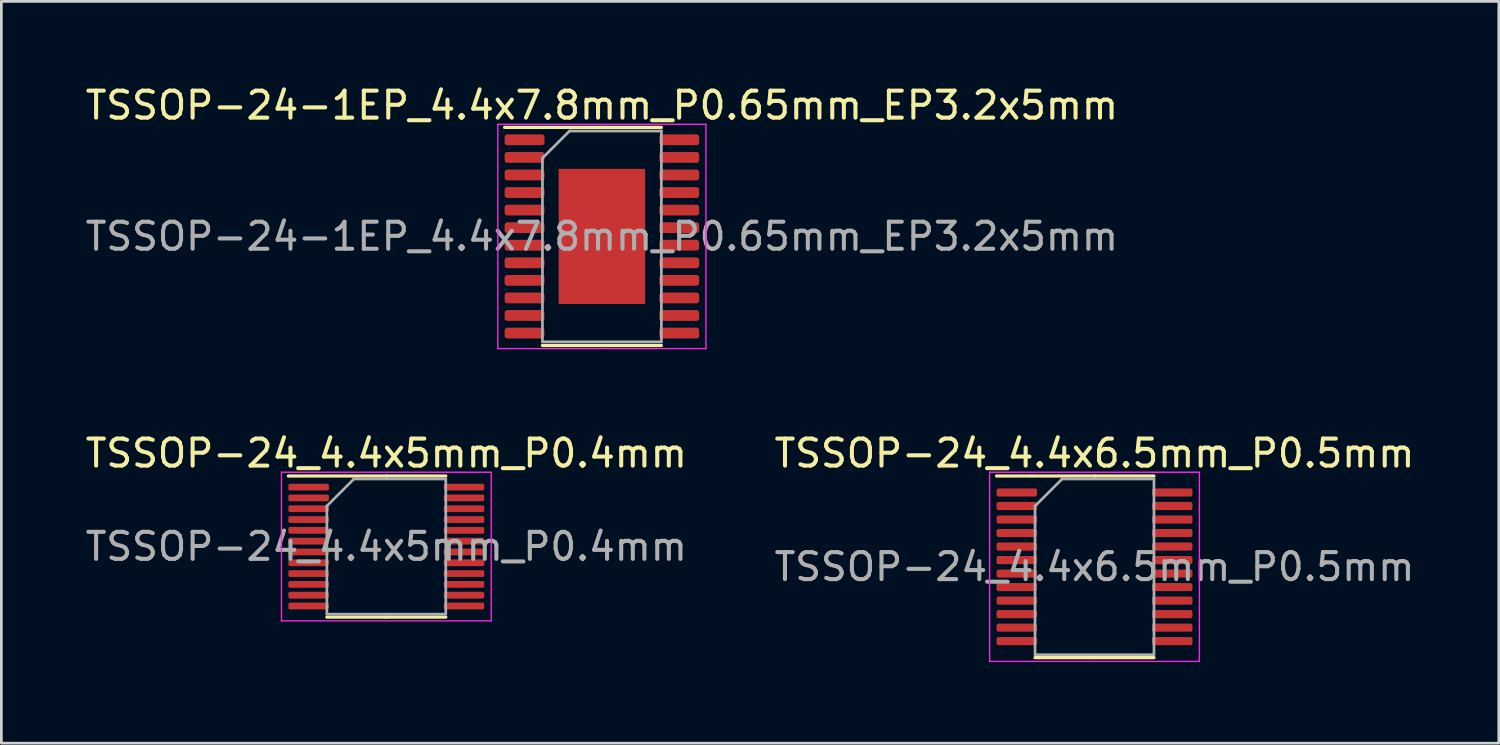
<source format=kicad_pcb>
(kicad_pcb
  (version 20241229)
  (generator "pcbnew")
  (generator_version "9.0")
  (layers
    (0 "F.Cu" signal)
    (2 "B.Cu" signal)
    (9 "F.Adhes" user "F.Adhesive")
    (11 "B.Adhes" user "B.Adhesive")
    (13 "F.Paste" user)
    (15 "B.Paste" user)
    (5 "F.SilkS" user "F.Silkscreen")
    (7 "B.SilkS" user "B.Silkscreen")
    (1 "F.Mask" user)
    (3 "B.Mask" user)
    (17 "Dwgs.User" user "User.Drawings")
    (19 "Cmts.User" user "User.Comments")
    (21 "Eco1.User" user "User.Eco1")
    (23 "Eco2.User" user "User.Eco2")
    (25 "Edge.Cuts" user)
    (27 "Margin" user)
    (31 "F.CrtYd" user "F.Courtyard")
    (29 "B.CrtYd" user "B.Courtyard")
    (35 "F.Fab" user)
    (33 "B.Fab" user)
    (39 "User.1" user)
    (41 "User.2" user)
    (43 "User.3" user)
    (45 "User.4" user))
  (footprint "TSSOP-24-1EP_4.4x7.8mm_P0.65mm_EP3.2x5mm"
    (layer "F.Cu")
    (at 19.22 5.698)
    (property "Reference" "TSSOP-24-1EP_4.4x7.8mm_P0.65mm_EP3.2x5mm" (at 0 -4.85 0) (layer "F.SilkS") (effects (font (size 1 1) (thickness 0.15))))
    (attr smd)
    (fp_line (start 0 -4.035) (end -3.6 -4.035) (stroke (width 0.12) (type solid)) (layer "F.SilkS"))
    (fp_line (start 0 -4.035) (end 2.2 -4.035) (stroke (width 0.12) (type solid)) (layer "F.SilkS"))
    (fp_line (start 0 4.035) (end -2.2 4.035) (stroke (width 0.12) (type solid)) (layer "F.SilkS"))
    (fp_line (start 0 4.035) (end 2.2 4.035) (stroke (width 0.12) (type solid)) (layer "F.SilkS"))
    (fp_line (start -3.85 -4.15) (end -3.85 4.15) (stroke (width 0.05) (type solid)) (layer "F.CrtYd"))
    (fp_line (start -3.85 4.15) (end 3.85 4.15) (stroke (width 0.05) (type solid)) (layer "F.CrtYd"))
    (fp_line (start 3.85 -4.15) (end -3.85 -4.15) (stroke (width 0.05) (type solid)) (layer "F.CrtYd"))
    (fp_line (start 3.85 4.15) (end 3.85 -4.15) (stroke (width 0.05) (type solid)) (layer "F.CrtYd"))
    (fp_line (start -2.2 -2.9) (end -1.2 -3.9) (stroke (width 0.1) (type solid)) (layer "F.Fab"))
    (fp_line (start -2.2 3.9) (end -2.2 -2.9) (stroke (width 0.1) (type solid)) (layer "F.Fab"))
    (fp_line (start -1.2 -3.9) (end 2.2 -3.9) (stroke (width 0.1) (type solid)) (layer "F.Fab"))
    (fp_line (start 2.2 -3.9) (end 2.2 3.9) (stroke (width 0.1) (type solid)) (layer "F.Fab"))
    (fp_line (start 2.2 3.9) (end -2.2 3.9) (stroke (width 0.1) (type solid)) (layer "F.Fab"))
    (fp_text user "${REFERENCE}" (at 0 0 0) (layer "F.Fab") (effects (font (size 1 1) (thickness 0.15))))
    (pad "" smd roundrect (at 0 0) (size 2.58 4.03) (layers "F.Paste") (roundrect_rratio 0.097))
    (pad "1" smd roundrect (at -2.862 -3.575) (size 1.475 0.4) (layers "F.Cu" "F.Mask" "F.Paste") (roundrect_rratio 0.25))
    (pad "2" smd roundrect (at -2.862 -2.925) (size 1.475 0.4) (layers "F.Cu" "F.Mask" "F.Paste") (roundrect_rratio 0.25))
    (pad "3" smd roundrect (at -2.862 -2.275) (size 1.475 0.4) (layers "F.Cu" "F.Mask" "F.Paste") (roundrect_rratio 0.25))
    (pad "4" smd roundrect (at -2.862 -1.625) (size 1.475 0.4) (layers "F.Cu" "F.Mask" "F.Paste") (roundrect_rratio 0.25))
    (pad "5" smd roundrect (at -2.862 -0.975) (size 1.475 0.4) (layers "F.Cu" "F.Mask" "F.Paste") (roundrect_rratio 0.25))
    (pad "6" smd roundrect (at -2.862 -0.325) (size 1.475 0.4) (layers "F.Cu" "F.Mask" "F.Paste") (roundrect_rratio 0.25))
    (pad "7" smd roundrect (at -2.862 0.325) (size 1.475 0.4) (layers "F.Cu" "F.Mask" "F.Paste") (roundrect_rratio 0.25))
    (pad "8" smd roundrect (at -2.862 0.975) (size 1.475 0.4) (layers "F.Cu" "F.Mask" "F.Paste") (roundrect_rratio 0.25))
    (pad "9" smd roundrect (at -2.862 1.625) (size 1.475 0.4) (layers "F.Cu" "F.Mask" "F.Paste") (roundrect_rratio 0.25))
    (pad "10" smd roundrect (at -2.862 2.275) (size 1.475 0.4) (layers "F.Cu" "F.Mask" "F.Paste") (roundrect_rratio 0.25))
    (pad "11" smd roundrect (at -2.862 2.925) (size 1.475 0.4) (layers "F.Cu" "F.Mask" "F.Paste") (roundrect_rratio 0.25))
    (pad "12" smd roundrect (at -2.862 3.575) (size 1.475 0.4) (layers "F.Cu" "F.Mask" "F.Paste") (roundrect_rratio 0.25))
    (pad "13" smd roundrect (at 2.862 3.575) (size 1.475 0.4) (layers "F.Cu" "F.Mask" "F.Paste") (roundrect_rratio 0.25))
    (pad "14" smd roundrect (at 2.862 2.925) (size 1.475 0.4) (layers "F.Cu" "F.Mask" "F.Paste") (roundrect_rratio 0.25))
    (pad "15" smd roundrect (at 2.862 2.275) (size 1.475 0.4) (layers "F.Cu" "F.Mask" "F.Paste") (roundrect_rratio 0.25))
    (pad "16" smd roundrect (at 2.862 1.625) (size 1.475 0.4) (layers "F.Cu" "F.Mask" "F.Paste") (roundrect_rratio 0.25))
    (pad "17" smd roundrect (at 2.862 0.975) (size 1.475 0.4) (layers "F.Cu" "F.Mask" "F.Paste") (roundrect_rratio 0.25))
    (pad "18" smd roundrect (at 2.862 0.325) (size 1.475 0.4) (layers "F.Cu" "F.Mask" "F.Paste") (roundrect_rratio 0.25))
    (pad "19" smd roundrect (at 2.862 -0.325) (size 1.475 0.4) (layers "F.Cu" "F.Mask" "F.Paste") (roundrect_rratio 0.25))
    (pad "20" smd roundrect (at 2.862 -0.975) (size 1.475 0.4) (layers "F.Cu" "F.Mask" "F.Paste") (roundrect_rratio 0.25))
    (pad "21" smd roundrect (at 2.862 -1.625) (size 1.475 0.4) (layers "F.Cu" "F.Mask" "F.Paste") (roundrect_rratio 0.25))
    (pad "22" smd roundrect (at 2.862 -2.275) (size 1.475 0.4) (layers "F.Cu" "F.Mask" "F.Paste") (roundrect_rratio 0.25))
    (pad "23" smd roundrect (at 2.862 -2.925) (size 1.475 0.4) (layers "F.Cu" "F.Mask" "F.Paste") (roundrect_rratio 0.25))
    (pad "24" smd roundrect (at 2.862 -3.575) (size 1.475 0.4) (layers "F.Cu" "F.Mask" "F.Paste") (roundrect_rratio 0.25))
    (pad "25" smd rect (at 0 0) (size 3.2 5) (layers "F.Cu" "F.Mask")))
  (footprint "TSSOP-24_4.4x6.5mm_P0.5mm"
    (layer "F.Cu")
    (at 37.446 17.922)
    (property "Reference" "TSSOP-24_4.4x6.5mm_P0.5mm" (at 0 -4.2 0) (layer "F.SilkS") (effects (font (size 1 1) (thickness 0.15))))
    (attr smd)
    (fp_line (start 0 -3.36) (end -3.625 -3.36) (stroke (width 0.12) (type solid)) (layer "F.SilkS"))
    (fp_line (start 0 -3.36) (end 2.2 -3.36) (stroke (width 0.12) (type solid)) (layer "F.SilkS"))
    (fp_line (start 0 3.36) (end -2.2 3.36) (stroke (width 0.12) (type solid)) (layer "F.SilkS"))
    (fp_line (start 0 3.36) (end 2.2 3.36) (stroke (width 0.12) (type solid)) (layer "F.SilkS"))
    (fp_line (start -3.88 -3.5) (end -3.88 3.5) (stroke (width 0.05) (type solid)) (layer "F.CrtYd"))
    (fp_line (start -3.88 3.5) (end 3.88 3.5) (stroke (width 0.05) (type solid)) (layer "F.CrtYd"))
    (fp_line (start 3.88 -3.5) (end -3.88 -3.5) (stroke (width 0.05) (type solid)) (layer "F.CrtYd"))
    (fp_line (start 3.88 3.5) (end 3.88 -3.5) (stroke (width 0.05) (type solid)) (layer "F.CrtYd"))
    (fp_line (start -2.2 -2.25) (end -1.2 -3.25) (stroke (width 0.1) (type solid)) (layer "F.Fab"))
    (fp_line (start -2.2 3.25) (end -2.2 -2.25) (stroke (width 0.1) (type solid)) (layer "F.Fab"))
    (fp_line (start -1.2 -3.25) (end 2.2 -3.25) (stroke (width 0.1) (type solid)) (layer "F.Fab"))
    (fp_line (start 2.2 -3.25) (end 2.2 3.25) (stroke (width 0.1) (type solid)) (layer "F.Fab"))
    (fp_line (start 2.2 3.25) (end -2.2 3.25) (stroke (width 0.1) (type solid)) (layer "F.Fab"))
    (fp_text user "${REFERENCE}" (at 0 0 0) (layer "F.Fab") (effects (font (size 1 1) (thickness 0.15))))
    (pad "1" smd roundrect (at -2.875 -2.75) (size 1.5 0.3) (layers "F.Cu" "F.Mask" "F.Paste") (roundrect_rratio 0.25))
    (pad "2" smd roundrect (at -2.875 -2.25) (size 1.5 0.3) (layers "F.Cu" "F.Mask" "F.Paste") (roundrect_rratio 0.25))
    (pad "3" smd roundrect (at -2.875 -1.75) (size 1.5 0.3) (layers "F.Cu" "F.Mask" "F.Paste") (roundrect_rratio 0.25))
    (pad "4" smd roundrect (at -2.875 -1.25) (size 1.5 0.3) (layers "F.Cu" "F.Mask" "F.Paste") (roundrect_rratio 0.25))
    (pad "5" smd roundrect (at -2.875 -0.75) (size 1.5 0.3) (layers "F.Cu" "F.Mask" "F.Paste") (roundrect_rratio 0.25))
    (pad "6" smd roundrect (at -2.875 -0.25) (size 1.5 0.3) (layers "F.Cu" "F.Mask" "F.Paste") (roundrect_rratio 0.25))
    (pad "7" smd roundrect (at -2.875 0.25) (size 1.5 0.3) (layers "F.Cu" "F.Mask" "F.Paste") (roundrect_rratio 0.25))
    (pad "8" smd roundrect (at -2.875 0.75) (size 1.5 0.3) (layers "F.Cu" "F.Mask" "F.Paste") (roundrect_rratio 0.25))
    (pad "9" smd roundrect (at -2.875 1.25) (size 1.5 0.3) (layers "F.Cu" "F.Mask" "F.Paste") (roundrect_rratio 0.25))
    (pad "10" smd roundrect (at -2.875 1.75) (size 1.5 0.3) (layers "F.Cu" "F.Mask" "F.Paste") (roundrect_rratio 0.25))
    (pad "11" smd roundrect (at -2.875 2.25) (size 1.5 0.3) (layers "F.Cu" "F.Mask" "F.Paste") (roundrect_rratio 0.25))
    (pad "12" smd roundrect (at -2.875 2.75) (size 1.5 0.3) (layers "F.Cu" "F.Mask" "F.Paste") (roundrect_rratio 0.25))
    (pad "13" smd roundrect (at 2.875 2.75) (size 1.5 0.3) (layers "F.Cu" "F.Mask" "F.Paste") (roundrect_rratio 0.25))
    (pad "14" smd roundrect (at 2.875 2.25) (size 1.5 0.3) (layers "F.Cu" "F.Mask" "F.Paste") (roundrect_rratio 0.25))
    (pad "15" smd roundrect (at 2.875 1.75) (size 1.5 0.3) (layers "F.Cu" "F.Mask" "F.Paste") (roundrect_rratio 0.25))
    (pad "16" smd roundrect (at 2.875 1.25) (size 1.5 0.3) (layers "F.Cu" "F.Mask" "F.Paste") (roundrect_rratio 0.25))
    (pad "17" smd roundrect (at 2.875 0.75) (size 1.5 0.3) (layers "F.Cu" "F.Mask" "F.Paste") (roundrect_rratio 0.25))
    (pad "18" smd roundrect (at 2.875 0.25) (size 1.5 0.3) (layers "F.Cu" "F.Mask" "F.Paste") (roundrect_rratio 0.25))
    (pad "19" smd roundrect (at 2.875 -0.25) (size 1.5 0.3) (layers "F.Cu" "F.Mask" "F.Paste") (roundrect_rratio 0.25))
    (pad "20" smd roundrect (at 2.875 -0.75) (size 1.5 0.3) (layers "F.Cu" "F.Mask" "F.Paste") (roundrect_rratio 0.25))
    (pad "21" smd roundrect (at 2.875 -1.25) (size 1.5 0.3) (layers "F.Cu" "F.Mask" "F.Paste") (roundrect_rratio 0.25))
    (pad "22" smd roundrect (at 2.875 -1.75) (size 1.5 0.3) (layers "F.Cu" "F.Mask" "F.Paste") (roundrect_rratio 0.25))
    (pad "23" smd roundrect (at 2.875 -2.25) (size 1.5 0.3) (layers "F.Cu" "F.Mask" "F.Paste") (roundrect_rratio 0.25))
    (pad "24" smd roundrect (at 2.875 -2.75) (size 1.5 0.3) (layers "F.Cu" "F.Mask" "F.Paste") (roundrect_rratio 0.25)))
  (footprint "TSSOP-24_4.4x5mm_P0.4mm"
    (layer "F.Cu")
    (at 11.244 17.172)
    (property "Reference" "TSSOP-24_4.4x5mm_P0.4mm" (at 0 -3.45 0) (layer "F.SilkS") (effects (font (size 1 1) (thickness 0.15))))
    (attr smd)
    (fp_line (start 0 -2.61) (end -3.625 -2.61) (stroke (width 0.12) (type solid)) (layer "F.SilkS"))
    (fp_line (start 0 -2.61) (end 2.2 -2.61) (stroke (width 0.12) (type solid)) (layer "F.SilkS"))
    (fp_line (start 0 2.61) (end -2.2 2.61) (stroke (width 0.12) (type solid)) (layer "F.SilkS"))
    (fp_line (start 0 2.61) (end 2.2 2.61) (stroke (width 0.12) (type solid)) (layer "F.SilkS"))
    (fp_line (start -3.88 -2.75) (end -3.88 2.75) (stroke (width 0.05) (type solid)) (layer "F.CrtYd"))
    (fp_line (start -3.88 2.75) (end 3.88 2.75) (stroke (width 0.05) (type solid)) (layer "F.CrtYd"))
    (fp_line (start 3.88 -2.75) (end -3.88 -2.75) (stroke (width 0.05) (type solid)) (layer "F.CrtYd"))
    (fp_line (start 3.88 2.75) (end 3.88 -2.75) (stroke (width 0.05) (type solid)) (layer "F.CrtYd"))
    (fp_line (start -2.2 -1.5) (end -1.2 -2.5) (stroke (width 0.1) (type solid)) (layer "F.Fab"))
    (fp_line (start -2.2 2.5) (end -2.2 -1.5) (stroke (width 0.1) (type solid)) (layer "F.Fab"))
    (fp_line (start -1.2 -2.5) (end 2.2 -2.5) (stroke (width 0.1) (type solid)) (layer "F.Fab"))
    (fp_line (start 2.2 -2.5) (end 2.2 2.5) (stroke (width 0.1) (type solid)) (layer "F.Fab"))
    (fp_line (start 2.2 2.5) (end -2.2 2.5) (stroke (width 0.1) (type solid)) (layer "F.Fab"))
    (fp_text user "${REFERENCE}" (at 0 0 0) (layer "F.Fab") (effects (font (size 1 1) (thickness 0.15))))
    (pad "1" smd roundrect (at -2.875 -2.2) (size 1.5 0.25) (layers "F.Cu" "F.Mask" "F.Paste") (roundrect_rratio 0.25))
    (pad "2" smd roundrect (at -2.875 -1.8) (size 1.5 0.25) (layers "F.Cu" "F.Mask" "F.Paste") (roundrect_rratio 0.25))
    (pad "3" smd roundrect (at -2.875 -1.4) (size 1.5 0.25) (layers "F.Cu" "F.Mask" "F.Paste") (roundrect_rratio 0.25))
    (pad "4" smd roundrect (at -2.875 -1) (size 1.5 0.25) (layers "F.Cu" "F.Mask" "F.Paste") (roundrect_rratio 0.25))
    (pad "5" smd roundrect (at -2.875 -0.6) (size 1.5 0.25) (layers "F.Cu" "F.Mask" "F.Paste") (roundrect_rratio 0.25))
    (pad "6" smd roundrect (at -2.875 -0.2) (size 1.5 0.25) (layers "F.Cu" "F.Mask" "F.Paste") (roundrect_rratio 0.25))
    (pad "7" smd roundrect (at -2.875 0.2) (size 1.5 0.25) (layers "F.Cu" "F.Mask" "F.Paste") (roundrect_rratio 0.25))
    (pad "8" smd roundrect (at -2.875 0.6) (size 1.5 0.25) (layers "F.Cu" "F.Mask" "F.Paste") (roundrect_rratio 0.25))
    (pad "9" smd roundrect (at -2.875 1) (size 1.5 0.25) (layers "F.Cu" "F.Mask" "F.Paste") (roundrect_rratio 0.25))
    (pad "10" smd roundrect (at -2.875 1.4) (size 1.5 0.25) (layers "F.Cu" "F.Mask" "F.Paste") (roundrect_rratio 0.25))
    (pad "11" smd roundrect (at -2.875 1.8) (size 1.5 0.25) (layers "F.Cu" "F.Mask" "F.Paste") (roundrect_rratio 0.25))
    (pad "12" smd roundrect (at -2.875 2.2) (size 1.5 0.25) (layers "F.Cu" "F.Mask" "F.Paste") (roundrect_rratio 0.25))
    (pad "13" smd roundrect (at 2.875 2.2) (size 1.5 0.25) (layers "F.Cu" "F.Mask" "F.Paste") (roundrect_rratio 0.25))
    (pad "14" smd roundrect (at 2.875 1.8) (size 1.5 0.25) (layers "F.Cu" "F.Mask" "F.Paste") (roundrect_rratio 0.25))
    (pad "15" smd roundrect (at 2.875 1.4) (size 1.5 0.25) (layers "F.Cu" "F.Mask" "F.Paste") (roundrect_rratio 0.25))
    (pad "16" smd roundrect (at 2.875 1) (size 1.5 0.25) (layers "F.Cu" "F.Mask" "F.Paste") (roundrect_rratio 0.25))
    (pad "17" smd roundrect (at 2.875 0.6) (size 1.5 0.25) (layers "F.Cu" "F.Mask" "F.Paste") (roundrect_rratio 0.25))
    (pad "18" smd roundrect (at 2.875 0.2) (size 1.5 0.25) (layers "F.Cu" "F.Mask" "F.Paste") (roundrect_rratio 0.25))
    (pad "19" smd roundrect (at 2.875 -0.2) (size 1.5 0.25) (layers "F.Cu" "F.Mask" "F.Paste") (roundrect_rratio 0.25))
    (pad "20" smd roundrect (at 2.875 -0.6) (size 1.5 0.25) (layers "F.Cu" "F.Mask" "F.Paste") (roundrect_rratio 0.25))
    (pad "21" smd roundrect (at 2.875 -1) (size 1.5 0.25) (layers "F.Cu" "F.Mask" "F.Paste") (roundrect_rratio 0.25))
    (pad "22" smd roundrect (at 2.875 -1.4) (size 1.5 0.25) (layers "F.Cu" "F.Mask" "F.Paste") (roundrect_rratio 0.25))
    (pad "23" smd roundrect (at 2.875 -1.8) (size 1.5 0.25) (layers "F.Cu" "F.Mask" "F.Paste") (roundrect_rratio 0.25))
    (pad "24" smd roundrect (at 2.875 -2.2) (size 1.5 0.25) (layers "F.Cu" "F.Mask" "F.Paste") (roundrect_rratio 0.25)))
  (gr_rect
    (start -3 -3)
    (end 52.405 24.447)
    (stroke (width 0.1) (type default))
    (fill no)
    (layer "Edge.Cuts")))
</source>
